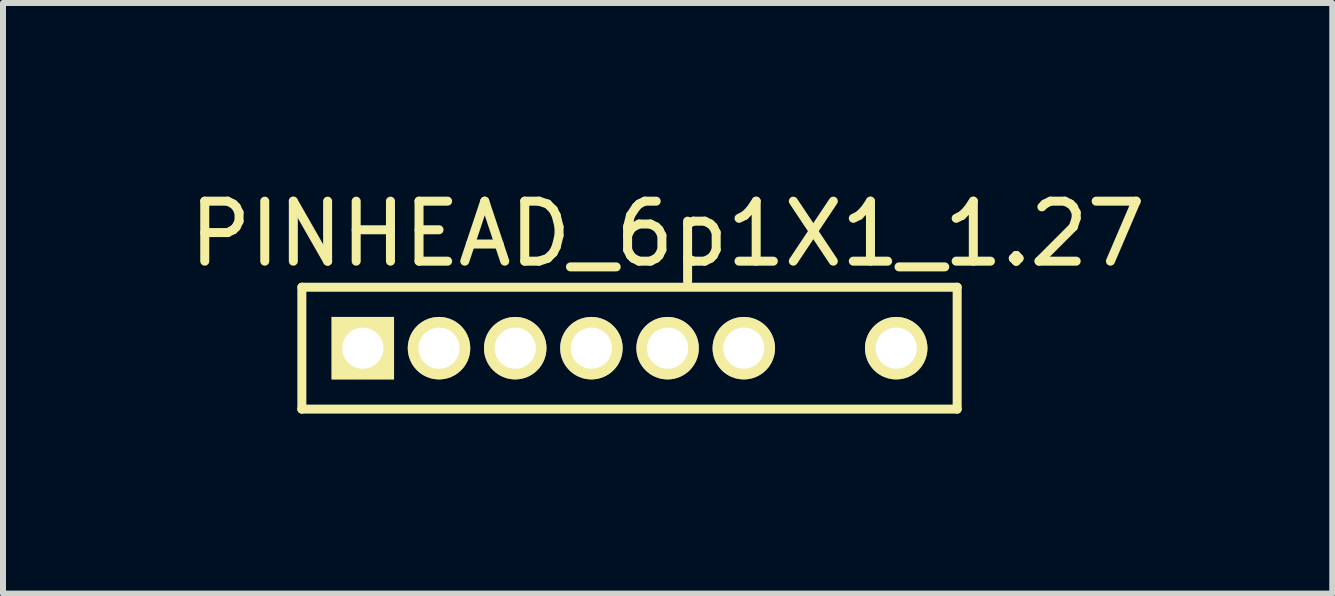
<source format=kicad_pcb>
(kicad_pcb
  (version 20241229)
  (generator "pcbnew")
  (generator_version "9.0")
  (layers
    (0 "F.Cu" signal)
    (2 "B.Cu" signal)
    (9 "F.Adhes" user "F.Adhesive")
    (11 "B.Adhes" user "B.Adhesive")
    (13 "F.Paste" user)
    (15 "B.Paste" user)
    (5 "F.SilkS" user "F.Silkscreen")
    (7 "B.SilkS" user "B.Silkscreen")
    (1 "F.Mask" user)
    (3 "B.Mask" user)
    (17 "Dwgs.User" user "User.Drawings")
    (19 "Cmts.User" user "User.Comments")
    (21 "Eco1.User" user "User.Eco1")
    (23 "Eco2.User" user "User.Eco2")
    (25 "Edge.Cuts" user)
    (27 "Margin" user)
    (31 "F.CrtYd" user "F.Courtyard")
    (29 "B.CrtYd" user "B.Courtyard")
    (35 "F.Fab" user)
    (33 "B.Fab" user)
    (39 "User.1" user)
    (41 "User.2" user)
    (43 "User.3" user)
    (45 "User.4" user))
  (footprint "PINHEAD_6p1X1_1.27"
    (layer "F.Cu")
    (at 7.442 2.753)
    (property "Reference" "PINHEAD_6p1X1_1.27" (at 0.635 -1.905 0) (layer "F.SilkS") (effects (font (size 1 1) (thickness 0.15))))
    (attr through_hole)
    (fp_line (start -5.461 -1.016) (end 5.461 -1.016) (stroke (width 0.15) (type solid)) (layer "F.SilkS"))
    (fp_line (start -5.461 1.016) (end -5.461 -1.016) (stroke (width 0.15) (type solid)) (layer "F.SilkS"))
    (fp_line (start 5.461 -1.016) (end 5.461 1.016) (stroke (width 0.15) (type solid)) (layer "F.SilkS"))
    (fp_line (start 5.461 1.016) (end -5.461 1.016) (stroke (width 0.15) (type solid)) (layer "F.SilkS"))
    (pad "1" thru_hole rect (at -4.445 0) (size 1.041 1.041) (drill 0.686) (layers "*.Cu" "*.Mask" "F.SilkS"))
    (pad "2" thru_hole circle (at -3.175 0) (size 1.041 1.041) (drill 0.686) (layers "*.Cu" "*.Mask" "F.SilkS"))
    (pad "3" thru_hole circle (at -1.905 0) (size 1.041 1.041) (drill 0.686) (layers "*.Cu" "*.Mask" "F.SilkS"))
    (pad "4" thru_hole circle (at -0.635 0) (size 1.041 1.041) (drill 0.686) (layers "*.Cu" "*.Mask" "F.SilkS"))
    (pad "5" thru_hole circle (at 0.635 0) (size 1.041 1.041) (drill 0.686) (layers "*.Cu" "*.Mask" "F.SilkS"))
    (pad "6" thru_hole circle (at 1.905 0) (size 1.041 1.041) (drill 0.686) (layers "*.Cu" "*.Mask" "F.SilkS"))
    (pad "7" thru_hole circle (at 4.445 0) (size 1.041 1.041) (drill 0.686) (layers "*.Cu" "*.Mask" "F.SilkS")))
  (gr_rect
    (start -3 -3)
    (end 19.155 6.844)
    (stroke (width 0.1) (type default))
    (fill no)
    (layer "Edge.Cuts")))
</source>
